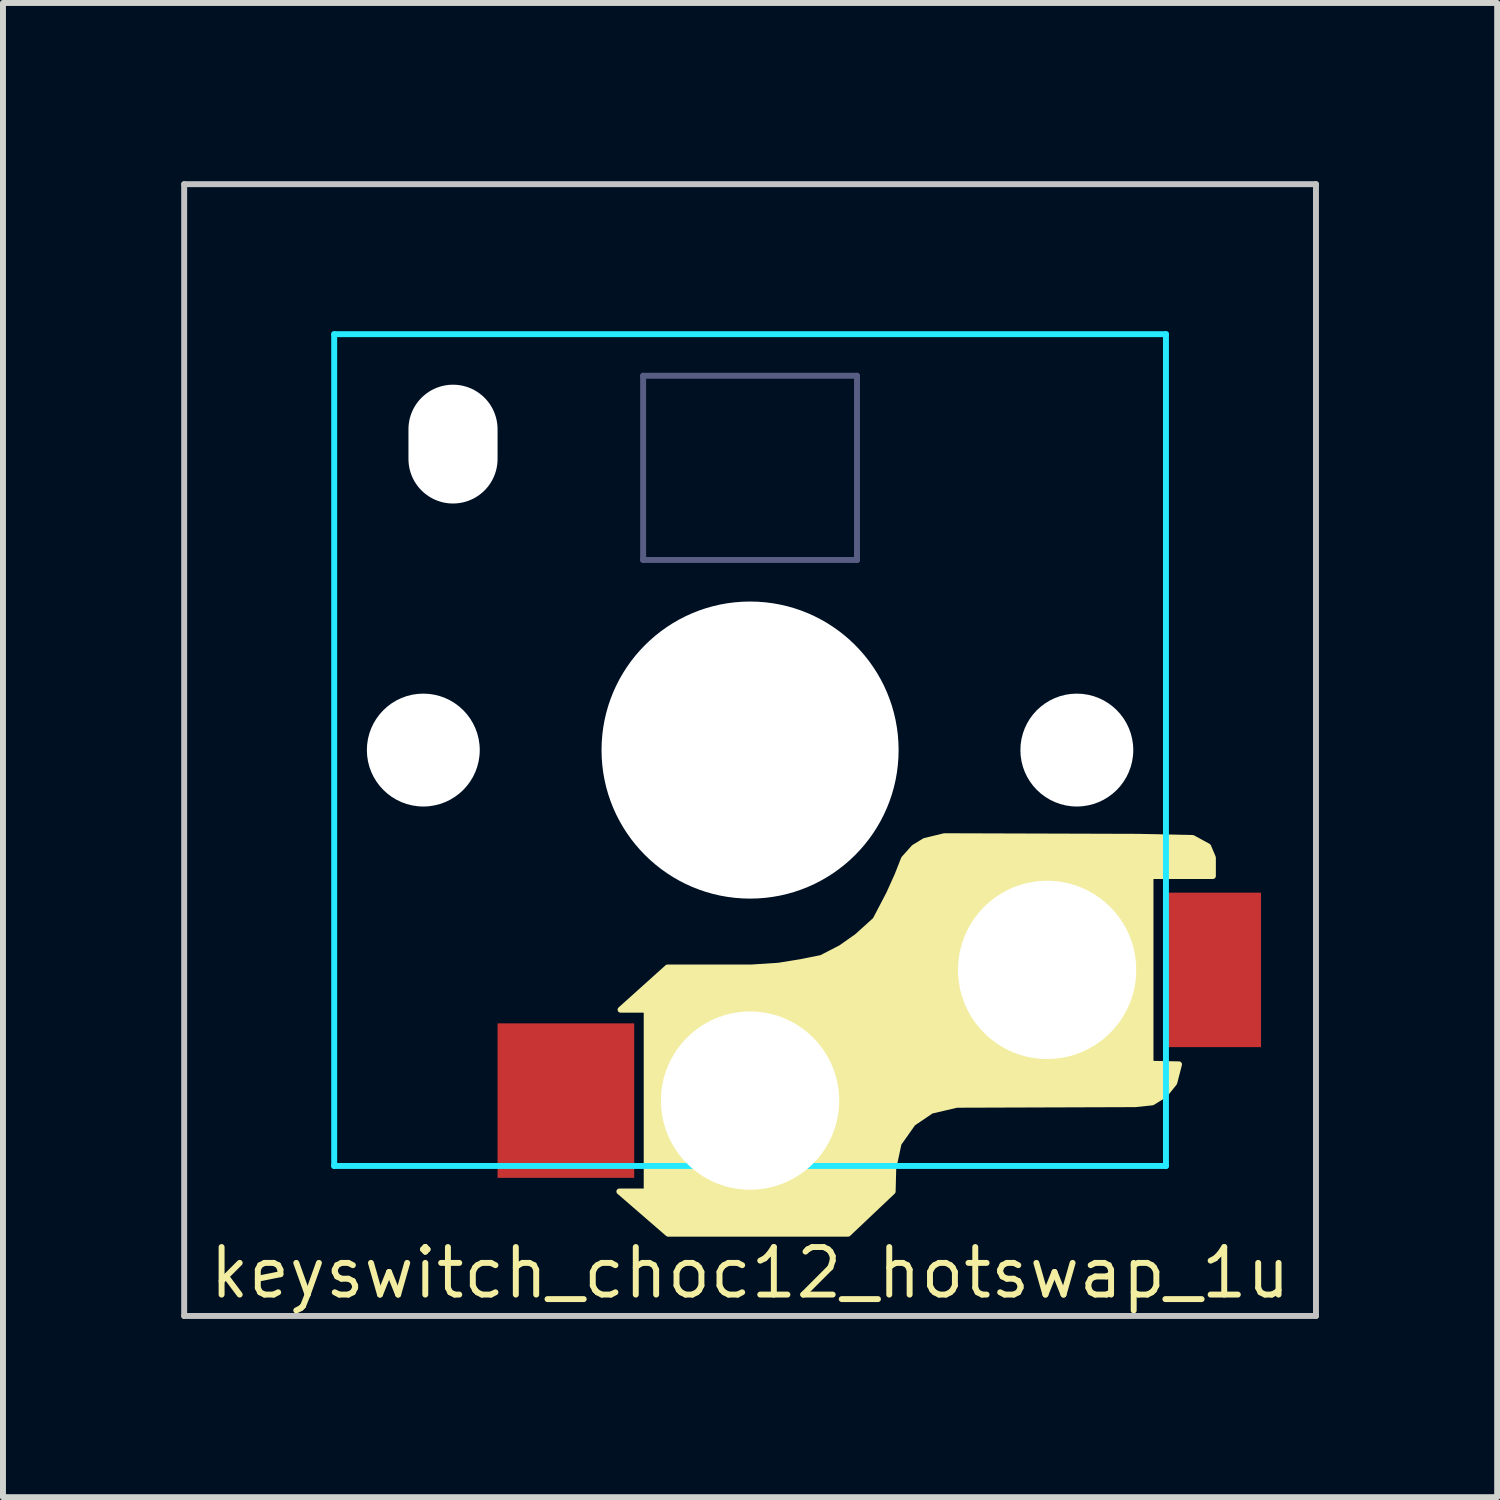
<source format=kicad_pcb>
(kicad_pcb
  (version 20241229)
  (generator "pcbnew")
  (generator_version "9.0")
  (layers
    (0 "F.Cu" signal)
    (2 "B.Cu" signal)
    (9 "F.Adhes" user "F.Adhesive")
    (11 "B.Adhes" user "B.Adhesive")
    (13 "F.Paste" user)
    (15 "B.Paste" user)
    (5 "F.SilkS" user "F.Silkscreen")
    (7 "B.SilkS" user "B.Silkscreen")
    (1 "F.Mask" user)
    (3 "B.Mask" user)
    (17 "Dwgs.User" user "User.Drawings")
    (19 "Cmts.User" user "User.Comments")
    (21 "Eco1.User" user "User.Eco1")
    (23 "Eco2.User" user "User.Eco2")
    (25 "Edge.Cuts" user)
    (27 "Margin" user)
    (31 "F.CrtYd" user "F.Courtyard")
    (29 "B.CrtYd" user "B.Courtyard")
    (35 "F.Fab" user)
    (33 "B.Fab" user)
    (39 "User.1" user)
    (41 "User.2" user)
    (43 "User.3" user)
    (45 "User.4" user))
  (footprint "keyswitch_choc12_hotswap_1u"
    (layer "F.Cu")
    (at 9.575 9.575)
    (property "Reference" "keyswitch_choc12_hotswap_1u" (at 0 8.8 0) (layer "F.SilkS") (effects (font (size 0.8 0.8) (thickness 0.1) (bold yes))))
    (attr smd)
    (fp_poly (pts (xy 1.8 3.14) (xy 2.11 2.86) (xy 2.34 2.42) (xy 2.48 2.11) (xy 2.59 1.83) (xy 2.76 1.64) (xy 2.94 1.53) (xy 3.27 1.45) (xy 6.52 1.46) (xy 7.45 1.48) (xy 7.71 1.622) (xy 7.79 1.81) (xy 7.79 2.12) (xy 6.74 2.12) (xy 6.74 5.28) (xy 7.22 5.29) (xy 7.14 5.6) (xy 6.98 5.8) (xy 6.77 5.93) (xy 6.48 5.96) (xy 3.48 5.97) (xy 3.05 6.07) (xy 2.74 6.28) (xy 2.5 6.62) (xy 2.41 7.04) (xy 2.4 7.43) (xy 1.65 8.14) (xy -1.38 8.14) (xy -2.2 7.43) (xy -1.74 7.43) (xy -1.74 4.37) (xy -2.18 4.37) (xy -1.39 3.66) (xy 0.02 3.66) (xy 0.48 3.63) (xy 0.85 3.57) (xy 1.2 3.5) (xy 1.53 3.33)) (stroke (width 0.1) (type solid)) (fill yes) (layer "F.SilkS"))
    (fp_line (start -9.525 -9.525) (end -9.525 9.525) (stroke (width 0.1) (type solid)) (layer "Dwgs.User"))
    (fp_line (start -9.525 9.525) (end 9.525 9.525) (stroke (width 0.1) (type solid)) (layer "Dwgs.User"))
    (fp_line (start 9.525 -9.525) (end -9.525 -9.525) (stroke (width 0.1) (type solid)) (layer "Dwgs.User"))
    (fp_line (start 9.525 9.525) (end 9.525 -9.525) (stroke (width 0.1) (type solid)) (layer "Dwgs.User"))
    (fp_line (start -7 -7) (end -7 7) (stroke (width 0.1) (type solid)) (layer "B.CrtYd"))
    (fp_line (start -7 7) (end 7 7) (stroke (width 0.1) (type solid)) (layer "B.CrtYd"))
    (fp_line (start 7 -7) (end -7 -7) (stroke (width 0.1) (type solid)) (layer "B.CrtYd"))
    (fp_line (start 7 7) (end 7 -7) (stroke (width 0.1) (type solid)) (layer "B.CrtYd"))
    (fp_line (start -1.8 -6.3) (end 1.8 -6.3) (stroke (width 0.1) (type default)) (layer "B.Fab"))
    (fp_line (start -1.8 -3.2) (end -1.8 -6.3) (stroke (width 0.1) (type default)) (layer "B.Fab"))
    (fp_line (start -1.8 -3.2) (end 1.8 -3.2) (stroke (width 0.1) (type default)) (layer "B.Fab"))
    (fp_line (start 1.8 -3.2) (end 1.8 -6.3) (stroke (width 0.1) (type default)) (layer "B.Fab"))
    (pad "" np_thru_hole circle (at -5.5 0 270) (size 1.9 1.9) (drill 1.9) (layers "*.Cu" "*.Mask"))
    (pad "" np_thru_hole oval (at -5 -5.15) (size 1.5 2) (drill oval 1.5 2) (layers "*.Cu" "*.Mask"))
    (pad "" np_thru_hole circle (at 0 0 270) (size 5 5) (drill 5) (layers "*.Cu" "*.Mask"))
    (pad "" np_thru_hole circle (at 0 5.9 270) (size 3 3) (drill 3) (layers "*.Cu" "*.Mask"))
    (pad "" np_thru_hole circle (at 5 3.7 270) (size 3 3) (drill 3) (layers "*.Cu" "*.Mask"))
    (pad "" np_thru_hole circle (at 5.5 0 270) (size 1.9 1.9) (drill 1.9) (layers "*.Cu" "*.Mask"))
    (pad "1" smd rect (at 7.775 3.7) (size 1.65 2.6) (layers "F.Cu" "F.Mask" "F.Paste"))
    (pad "2" smd rect (at -3.1 5.9 180) (size 2.3 2.6) (layers "F.Cu" "F.Mask" "F.Paste")))
  (gr_rect
    (start -3 -3)
    (end 22.15 22.15)
    (stroke (width 0.1) (type default))
    (fill no)
    (layer "Edge.Cuts")))
</source>
